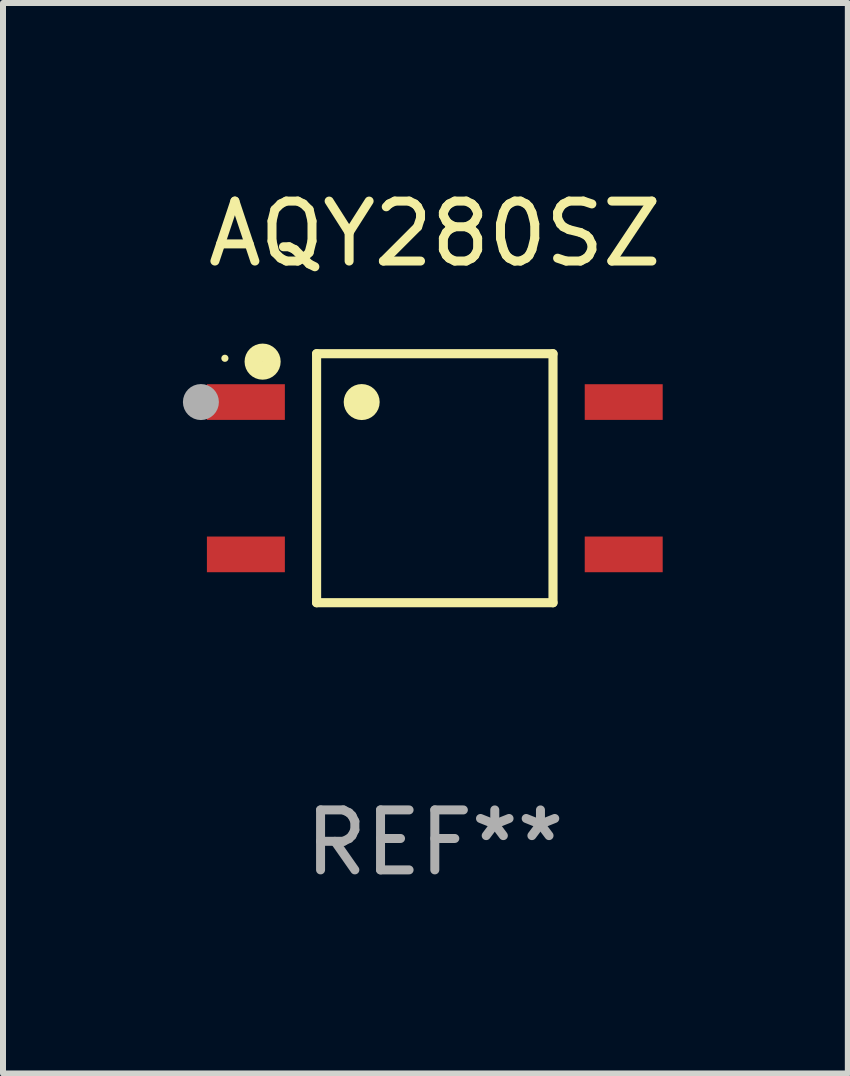
<source format=kicad_pcb>
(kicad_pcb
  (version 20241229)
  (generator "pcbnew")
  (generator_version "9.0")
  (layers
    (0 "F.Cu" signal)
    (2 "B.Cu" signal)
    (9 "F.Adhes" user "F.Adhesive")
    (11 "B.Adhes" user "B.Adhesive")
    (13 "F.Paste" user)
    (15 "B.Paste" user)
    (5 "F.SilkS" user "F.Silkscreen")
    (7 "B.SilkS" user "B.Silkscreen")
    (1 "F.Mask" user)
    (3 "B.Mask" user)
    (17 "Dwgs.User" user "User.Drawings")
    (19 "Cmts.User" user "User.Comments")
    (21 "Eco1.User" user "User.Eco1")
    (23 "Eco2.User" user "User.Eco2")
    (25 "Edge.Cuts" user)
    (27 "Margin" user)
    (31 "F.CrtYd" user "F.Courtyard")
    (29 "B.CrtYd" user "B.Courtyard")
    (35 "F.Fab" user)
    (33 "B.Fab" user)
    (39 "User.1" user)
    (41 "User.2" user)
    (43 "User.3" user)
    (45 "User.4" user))
  (footprint "AQY280SZ"
    (layer "F.Cu")
    (at 4.2 4.924)
    (property "Reference" "AQY280SZ" (at 0 -4.076 0) (layer "F.SilkS") (effects (font (size 1 1) (thickness 0.15))))
    (attr through_hole)
    (fp_line (start -1.971 -2.076) (end 1.971 -2.076) (stroke (width 0.152) (type solid)) (layer "F.SilkS"))
    (fp_line (start -1.971 2.076) (end -1.971 -2.076) (stroke (width 0.152) (type solid)) (layer "F.SilkS"))
    (fp_line (start 1.971 -2.076) (end 1.971 2.076) (stroke (width 0.152) (type solid)) (layer "F.SilkS"))
    (fp_line (start 1.971 2.076) (end -1.971 2.076) (stroke (width 0.152) (type solid)) (layer "F.SilkS"))
    (fp_circle (center -3.5 -2) (end -3.47 -2) (stroke (width 0.06) (type solid)) (fill no) (layer "F.SilkS"))
    (fp_circle (center -2.871 -1.944) (end -2.72 -1.944) (stroke (width 0.3) (type solid)) (fill no) (layer "F.SilkS"))
    (fp_circle (center -1.219 -1.27) (end -1.069 -1.27) (stroke (width 0.3) (type solid)) (fill no) (layer "F.SilkS"))
    (fp_circle (center -3.9 -1.27) (end -3.75 -1.27) (stroke (width 0.3) (type solid)) (fill no) (layer "F.Fab"))
    (fp_text user "REF**" (at 0 6.076 0) (layer "F.Fab") (effects (font (size 1 1) (thickness 0.15))))
    (pad "1" smd rect (at -3.15 -1.27 270) (size 0.595 1.3) (layers "F.Cu" "F.Mask" "F.Paste"))
    (pad "2" smd rect (at -3.15 1.27 270) (size 0.595 1.3) (layers "F.Cu" "F.Mask" "F.Paste"))
    (pad "3" smd rect (at 3.15 1.27 270) (size 0.595 1.3) (layers "F.Cu" "F.Mask" "F.Paste"))
    (pad "4" smd rect (at 3.15 -1.27 270) (size 0.595 1.3) (layers "F.Cu" "F.Mask" "F.Paste")))
  (gr_rect
    (start -3 -3)
    (end 11.087 14.849)
    (stroke (width 0.1) (type default))
    (fill no)
    (layer "Edge.Cuts")))
</source>
